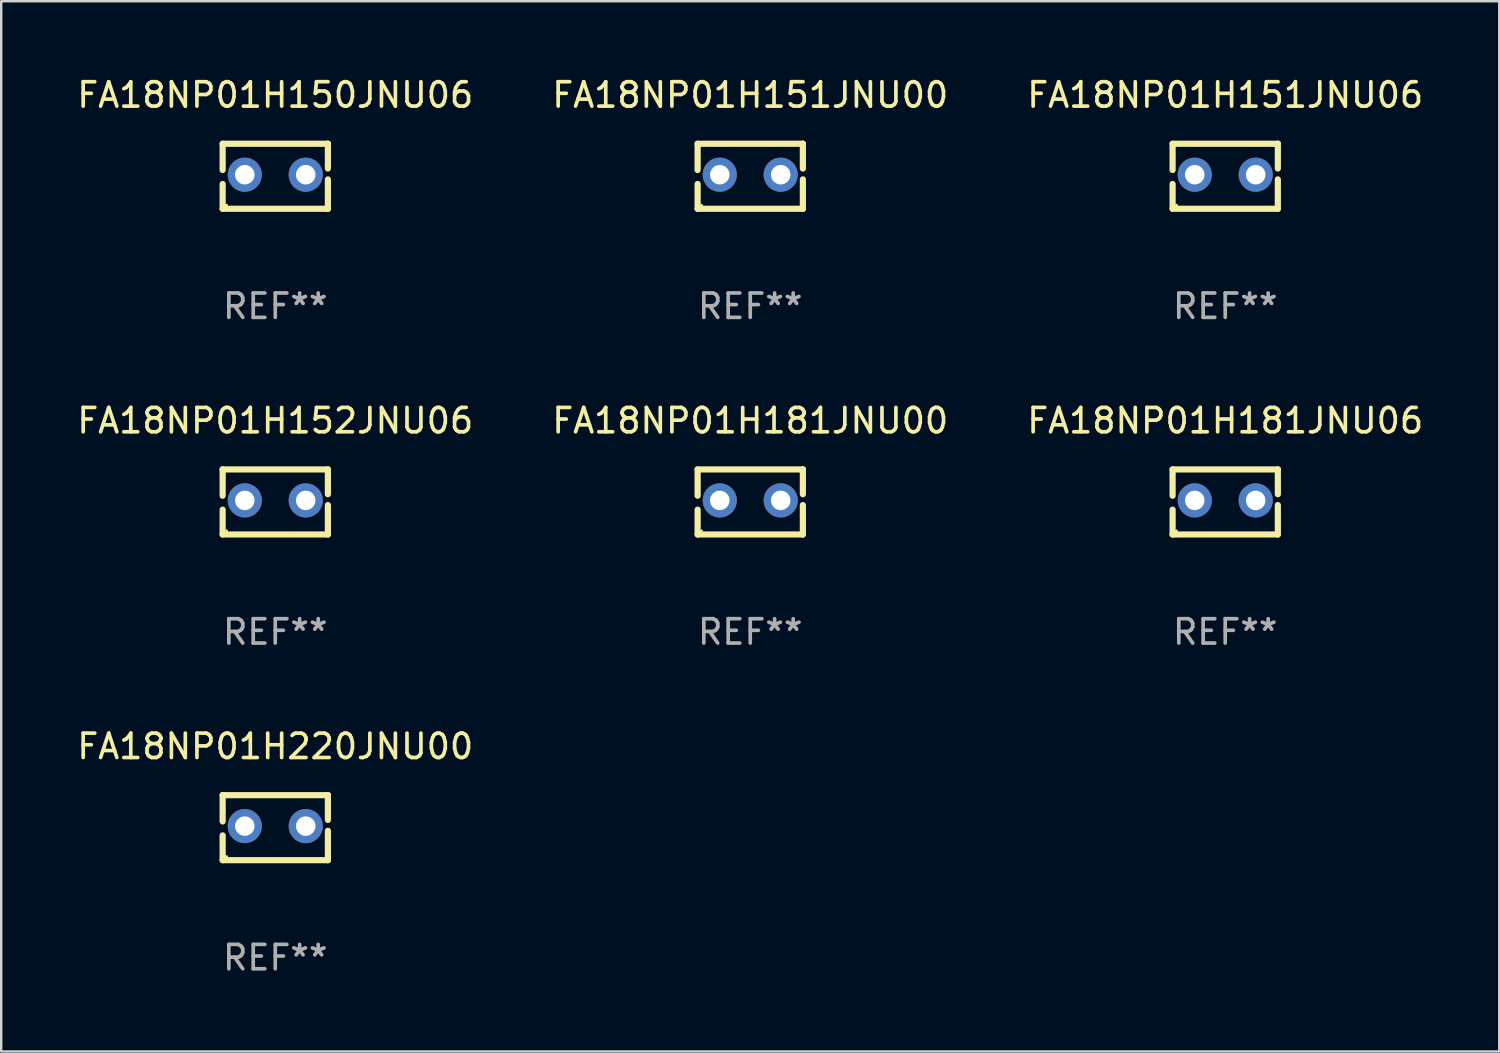
<source format=kicad_pcb>
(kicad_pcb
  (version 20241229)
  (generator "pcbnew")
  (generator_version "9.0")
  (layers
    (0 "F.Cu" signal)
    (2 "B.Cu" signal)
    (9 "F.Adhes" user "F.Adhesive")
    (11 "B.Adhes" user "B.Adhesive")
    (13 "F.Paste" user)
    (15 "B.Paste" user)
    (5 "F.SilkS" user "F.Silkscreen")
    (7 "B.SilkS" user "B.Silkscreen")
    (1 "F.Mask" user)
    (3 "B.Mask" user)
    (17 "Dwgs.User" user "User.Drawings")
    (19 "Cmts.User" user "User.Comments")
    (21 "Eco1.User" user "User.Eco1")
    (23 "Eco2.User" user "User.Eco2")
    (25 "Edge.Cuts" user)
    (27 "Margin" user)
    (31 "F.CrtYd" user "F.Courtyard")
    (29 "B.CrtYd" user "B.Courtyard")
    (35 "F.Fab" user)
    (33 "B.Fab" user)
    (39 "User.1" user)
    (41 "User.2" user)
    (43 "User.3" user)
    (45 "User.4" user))
  (footprint "FA18NP01H151JNU00"
    (layer "F.Cu")
    (at 27.732 4.182)
    (property "Reference" "FA18NP01H151JNU00" (at 0 -3.334 0) (layer "F.SilkS") (effects (font (size 1 1) (thickness 0.15))))
    (attr through_hole)
    (fp_line (start -2.159 -1.334) (end 2.159 -1.334) (stroke (width 0.254) (type solid)) (layer "F.SilkS"))
    (fp_line (start -2.159 -0.256) (end -2.159 -1.334) (stroke (width 0.254) (type solid)) (layer "F.SilkS"))
    (fp_line (start -2.159 1.334) (end -2.159 0.318) (stroke (width 0.254) (type solid)) (layer "F.SilkS"))
    (fp_line (start 2.159 -1.334) (end 2.159 -1.334) (stroke (width 0.254) (type solid)) (layer "F.SilkS"))
    (fp_line (start 2.159 -1.334) (end 2.159 -0.318) (stroke (width 0.254) (type solid)) (layer "F.SilkS"))
    (fp_line (start 2.159 0.129) (end 2.159 1.334) (stroke (width 0.254) (type solid)) (layer "F.SilkS"))
    (fp_line (start 2.159 1.334) (end -2.159 1.334) (stroke (width 0.254) (type solid)) (layer "F.SilkS"))
    (fp_circle (center -2 1.186) (end -1.97 1.186) (stroke (width 0.06) (type solid)) (fill no) (layer "F.SilkS"))
    (fp_text user "REF**" (at 0 5.334 0) (layer "F.Fab") (effects (font (size 1 1) (thickness 0.15))))
    (pad "1" thru_hole circle (at -1.25 -0.064) (size 1.4 1.4) (drill 0.8) (layers "*.Cu" "*.Mask"))
    (pad "2" thru_hole circle (at 1.25 -0.064) (size 1.4 1.4) (drill 0.8) (layers "*.Cu" "*.Mask")))
  (footprint "FA18NP01H150JNU06"
    (layer "F.Cu")
    (at 8.244 4.182)
    (property "Reference" "FA18NP01H150JNU06" (at 0 -3.334 0) (layer "F.SilkS") (effects (font (size 1 1) (thickness 0.15))))
    (attr through_hole)
    (fp_line (start -2.159 -1.334) (end 2.159 -1.334) (stroke (width 0.254) (type solid)) (layer "F.SilkS"))
    (fp_line (start -2.159 -0.256) (end -2.159 -1.334) (stroke (width 0.254) (type solid)) (layer "F.SilkS"))
    (fp_line (start -2.159 1.334) (end -2.159 0.318) (stroke (width 0.254) (type solid)) (layer "F.SilkS"))
    (fp_line (start 2.159 -1.334) (end 2.159 -1.334) (stroke (width 0.254) (type solid)) (layer "F.SilkS"))
    (fp_line (start 2.159 -1.334) (end 2.159 -0.318) (stroke (width 0.254) (type solid)) (layer "F.SilkS"))
    (fp_line (start 2.159 0.129) (end 2.159 1.334) (stroke (width 0.254) (type solid)) (layer "F.SilkS"))
    (fp_line (start 2.159 1.334) (end -2.159 1.334) (stroke (width 0.254) (type solid)) (layer "F.SilkS"))
    (fp_circle (center -2 1.186) (end -1.97 1.186) (stroke (width 0.06) (type solid)) (fill no) (layer "F.SilkS"))
    (fp_text user "REF**" (at 0 5.334 0) (layer "F.Fab") (effects (font (size 1 1) (thickness 0.15))))
    (pad "1" thru_hole circle (at -1.25 -0.064) (size 1.4 1.4) (drill 0.8) (layers "*.Cu" "*.Mask"))
    (pad "2" thru_hole circle (at 1.25 -0.064) (size 1.4 1.4) (drill 0.8) (layers "*.Cu" "*.Mask")))
  (footprint "FA18NP01H152JNU06"
    (layer "F.Cu")
    (at 8.244 17.545)
    (property "Reference" "FA18NP01H152JNU06" (at 0 -3.334 0) (layer "F.SilkS") (effects (font (size 1 1) (thickness 0.15))))
    (attr through_hole)
    (fp_line (start -2.159 -1.334) (end 2.159 -1.334) (stroke (width 0.254) (type solid)) (layer "F.SilkS"))
    (fp_line (start -2.159 -0.256) (end -2.159 -1.334) (stroke (width 0.254) (type solid)) (layer "F.SilkS"))
    (fp_line (start -2.159 1.334) (end -2.159 0.318) (stroke (width 0.254) (type solid)) (layer "F.SilkS"))
    (fp_line (start 2.159 -1.334) (end 2.159 -1.334) (stroke (width 0.254) (type solid)) (layer "F.SilkS"))
    (fp_line (start 2.159 -1.334) (end 2.159 -0.318) (stroke (width 0.254) (type solid)) (layer "F.SilkS"))
    (fp_line (start 2.159 0.129) (end 2.159 1.334) (stroke (width 0.254) (type solid)) (layer "F.SilkS"))
    (fp_line (start 2.159 1.334) (end -2.159 1.334) (stroke (width 0.254) (type solid)) (layer "F.SilkS"))
    (fp_circle (center -2 1.186) (end -1.97 1.186) (stroke (width 0.06) (type solid)) (fill no) (layer "F.SilkS"))
    (fp_text user "REF**" (at 0 5.334 0) (layer "F.Fab") (effects (font (size 1 1) (thickness 0.15))))
    (pad "1" thru_hole circle (at -1.25 -0.064) (size 1.4 1.4) (drill 0.8) (layers "*.Cu" "*.Mask"))
    (pad "2" thru_hole circle (at 1.25 -0.064) (size 1.4 1.4) (drill 0.8) (layers "*.Cu" "*.Mask")))
  (footprint "FA18NP01H151JNU06"
    (layer "F.Cu")
    (at 47.22 4.182)
    (property "Reference" "FA18NP01H151JNU06" (at 0 -3.334 0) (layer "F.SilkS") (effects (font (size 1 1) (thickness 0.15))))
    (attr through_hole)
    (fp_line (start -2.159 -1.334) (end 2.159 -1.334) (stroke (width 0.254) (type solid)) (layer "F.SilkS"))
    (fp_line (start -2.159 -0.256) (end -2.159 -1.334) (stroke (width 0.254) (type solid)) (layer "F.SilkS"))
    (fp_line (start -2.159 1.334) (end -2.159 0.318) (stroke (width 0.254) (type solid)) (layer "F.SilkS"))
    (fp_line (start 2.159 -1.334) (end 2.159 -1.334) (stroke (width 0.254) (type solid)) (layer "F.SilkS"))
    (fp_line (start 2.159 -1.334) (end 2.159 -0.318) (stroke (width 0.254) (type solid)) (layer "F.SilkS"))
    (fp_line (start 2.159 0.129) (end 2.159 1.334) (stroke (width 0.254) (type solid)) (layer "F.SilkS"))
    (fp_line (start 2.159 1.334) (end -2.159 1.334) (stroke (width 0.254) (type solid)) (layer "F.SilkS"))
    (fp_circle (center -2 1.186) (end -1.97 1.186) (stroke (width 0.06) (type solid)) (fill no) (layer "F.SilkS"))
    (fp_text user "REF**" (at 0 5.334 0) (layer "F.Fab") (effects (font (size 1 1) (thickness 0.15))))
    (pad "1" thru_hole circle (at -1.25 -0.064) (size 1.4 1.4) (drill 0.8) (layers "*.Cu" "*.Mask"))
    (pad "2" thru_hole circle (at 1.25 -0.064) (size 1.4 1.4) (drill 0.8) (layers "*.Cu" "*.Mask")))
  (footprint "FA18NP01H181JNU00"
    (layer "F.Cu")
    (at 27.732 17.545)
    (property "Reference" "FA18NP01H181JNU00" (at 0 -3.334 0) (layer "F.SilkS") (effects (font (size 1 1) (thickness 0.15))))
    (attr through_hole)
    (fp_line (start -2.159 -1.334) (end 2.159 -1.334) (stroke (width 0.254) (type solid)) (layer "F.SilkS"))
    (fp_line (start -2.159 -0.256) (end -2.159 -1.334) (stroke (width 0.254) (type solid)) (layer "F.SilkS"))
    (fp_line (start -2.159 1.334) (end -2.159 0.318) (stroke (width 0.254) (type solid)) (layer "F.SilkS"))
    (fp_line (start 2.159 -1.334) (end 2.159 -1.334) (stroke (width 0.254) (type solid)) (layer "F.SilkS"))
    (fp_line (start 2.159 -1.334) (end 2.159 -0.318) (stroke (width 0.254) (type solid)) (layer "F.SilkS"))
    (fp_line (start 2.159 0.129) (end 2.159 1.334) (stroke (width 0.254) (type solid)) (layer "F.SilkS"))
    (fp_line (start 2.159 1.334) (end -2.159 1.334) (stroke (width 0.254) (type solid)) (layer "F.SilkS"))
    (fp_circle (center -2 1.186) (end -1.97 1.186) (stroke (width 0.06) (type solid)) (fill no) (layer "F.SilkS"))
    (fp_text user "REF**" (at 0 5.334 0) (layer "F.Fab") (effects (font (size 1 1) (thickness 0.15))))
    (pad "1" thru_hole circle (at -1.25 -0.064) (size 1.4 1.4) (drill 0.8) (layers "*.Cu" "*.Mask"))
    (pad "2" thru_hole circle (at 1.25 -0.064) (size 1.4 1.4) (drill 0.8) (layers "*.Cu" "*.Mask")))
  (footprint "FA18NP01H181JNU06"
    (layer "F.Cu")
    (at 47.22 17.545)
    (property "Reference" "FA18NP01H181JNU06" (at 0 -3.334 0) (layer "F.SilkS") (effects (font (size 1 1) (thickness 0.15))))
    (attr through_hole)
    (fp_line (start -2.159 -1.334) (end 2.159 -1.334) (stroke (width 0.254) (type solid)) (layer "F.SilkS"))
    (fp_line (start -2.159 -0.256) (end -2.159 -1.334) (stroke (width 0.254) (type solid)) (layer "F.SilkS"))
    (fp_line (start -2.159 1.334) (end -2.159 0.318) (stroke (width 0.254) (type solid)) (layer "F.SilkS"))
    (fp_line (start 2.159 -1.334) (end 2.159 -1.334) (stroke (width 0.254) (type solid)) (layer "F.SilkS"))
    (fp_line (start 2.159 -1.334) (end 2.159 -0.318) (stroke (width 0.254) (type solid)) (layer "F.SilkS"))
    (fp_line (start 2.159 0.129) (end 2.159 1.334) (stroke (width 0.254) (type solid)) (layer "F.SilkS"))
    (fp_line (start 2.159 1.334) (end -2.159 1.334) (stroke (width 0.254) (type solid)) (layer "F.SilkS"))
    (fp_circle (center -2 1.186) (end -1.97 1.186) (stroke (width 0.06) (type solid)) (fill no) (layer "F.SilkS"))
    (fp_text user "REF**" (at 0 5.334 0) (layer "F.Fab") (effects (font (size 1 1) (thickness 0.15))))
    (pad "1" thru_hole circle (at -1.25 -0.064) (size 1.4 1.4) (drill 0.8) (layers "*.Cu" "*.Mask"))
    (pad "2" thru_hole circle (at 1.25 -0.064) (size 1.4 1.4) (drill 0.8) (layers "*.Cu" "*.Mask")))
  (footprint "FA18NP01H220JNU00"
    (layer "F.Cu")
    (at 8.244 30.909)
    (property "Reference" "FA18NP01H220JNU00" (at 0 -3.334 0) (layer "F.SilkS") (effects (font (size 1 1) (thickness 0.15))))
    (attr through_hole)
    (fp_line (start -2.159 -1.334) (end 2.159 -1.334) (stroke (width 0.254) (type solid)) (layer "F.SilkS"))
    (fp_line (start -2.159 -0.256) (end -2.159 -1.334) (stroke (width 0.254) (type solid)) (layer "F.SilkS"))
    (fp_line (start -2.159 1.334) (end -2.159 0.318) (stroke (width 0.254) (type solid)) (layer "F.SilkS"))
    (fp_line (start 2.159 -1.334) (end 2.159 -1.334) (stroke (width 0.254) (type solid)) (layer "F.SilkS"))
    (fp_line (start 2.159 -1.334) (end 2.159 -0.318) (stroke (width 0.254) (type solid)) (layer "F.SilkS"))
    (fp_line (start 2.159 0.129) (end 2.159 1.334) (stroke (width 0.254) (type solid)) (layer "F.SilkS"))
    (fp_line (start 2.159 1.334) (end -2.159 1.334) (stroke (width 0.254) (type solid)) (layer "F.SilkS"))
    (fp_circle (center -2 1.186) (end -1.97 1.186) (stroke (width 0.06) (type solid)) (fill no) (layer "F.SilkS"))
    (fp_text user "REF**" (at 0 5.334 0) (layer "F.Fab") (effects (font (size 1 1) (thickness 0.15))))
    (pad "1" thru_hole circle (at -1.25 -0.064) (size 1.4 1.4) (drill 0.8) (layers "*.Cu" "*.Mask"))
    (pad "2" thru_hole circle (at 1.25 -0.064) (size 1.4 1.4) (drill 0.8) (layers "*.Cu" "*.Mask")))
  (gr_rect
    (start -3 -3)
    (end 58.464 40.091)
    (stroke (width 0.1) (type default))
    (fill no)
    (layer "Edge.Cuts")))
</source>
